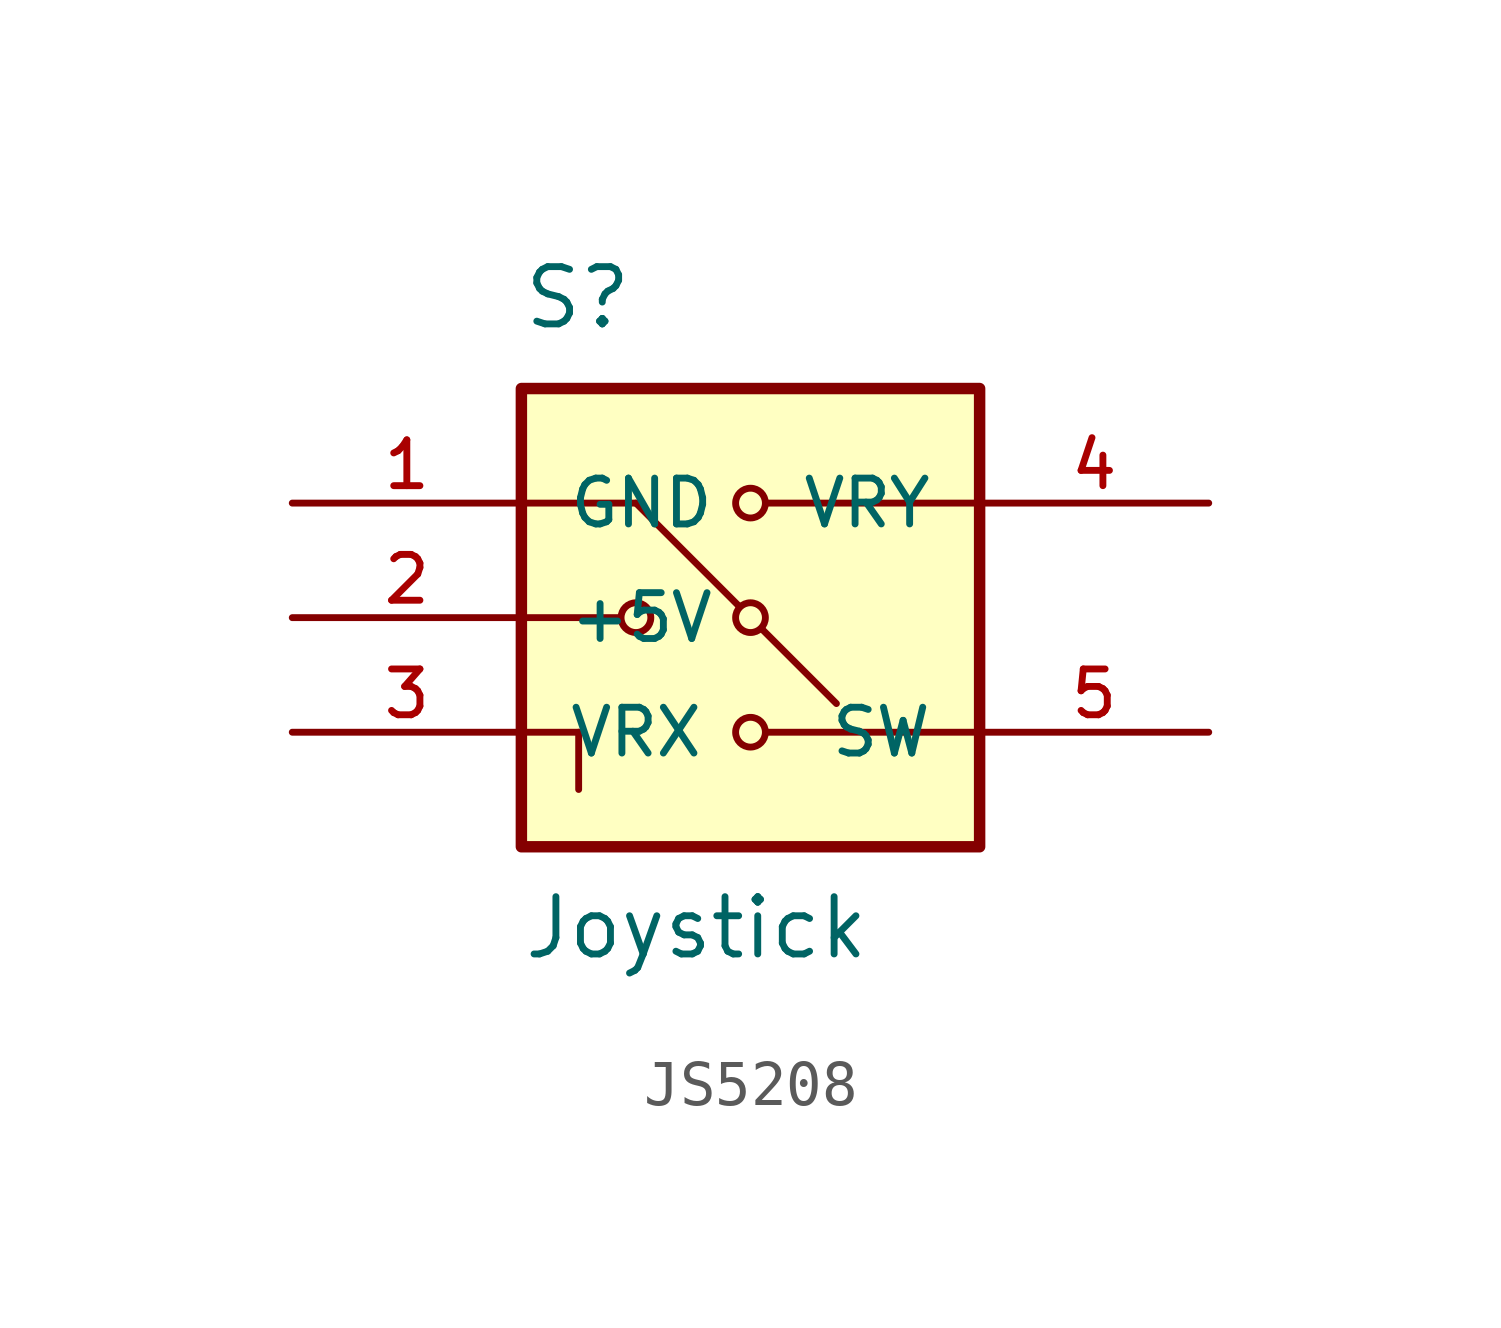
<source format=kicad_sym>
(kicad_symbol_lib
  (version 20231120)
  (generator "kicad_symbol_editor")
  (generator_version "8.0")
  (symbol "JS5208"
    (pin_names
      (offset 1.016))
    (property "Reference" "S"
      (at -5.08 6.35 0)
      (effects (font (size 1.27 1.27)) (justify left bottom)))
    (property "Value" "Joystick"
      (at -5.08 -7.62 0)
      (effects (font (size 1.27 1.27)) (justify left bottom)))
    (symbol "JS5208_0_0"
      (rectangle (start -5.08 5.08) (end 5.08 -5.08) (stroke (width 0.254) (type default)) (fill (type background)))
      (circle (center -2.54 0) (radius 0.33) (stroke (width 0.152) (type default)) (fill (type none)))
      (circle (center 0 -2.54) (radius 0.33) (stroke (width 0.152) (type default)) (fill (type none)))
      (polyline (pts (xy -5.08 -2.54) (xy -3.81 -2.54)) (stroke (width 0.152) (type default)) (fill (type none)))
      (polyline (pts (xy -5.08 0) (xy -2.921 0)) (stroke (width 0.152) (type default)) (fill (type none)))
      (polyline (pts (xy -5.08 2.54) (xy -2.54 2.54)) (stroke (width 0.152) (type default)) (fill (type none)))
      (polyline (pts (xy -3.81 -2.54) (xy -3.81 -3.81)) (stroke (width 0.152) (type default)) (fill (type none)))
      (polyline (pts (xy -2.54 2.54) (xy -0.254 0.254)) (stroke (width 0.152) (type default)) (fill (type none)))
      (polyline (pts (xy 0.254 -0.254) (xy 1.905 -1.905)) (stroke (width 0.152) (type default)) (fill (type none)))
      (polyline (pts (xy 0.381 -2.54) (xy 5.08 -2.54)) (stroke (width 0.152) (type default)) (fill (type none)))
      (polyline (pts (xy 0.381 2.54) (xy 5.08 2.54)) (stroke (width 0.152) (type default)) (fill (type none)))
      (circle (center 0 0) (radius 0.33) (stroke (width 0.152) (type default)) (fill (type none)))
      (circle (center 0 2.54) (radius 0.33) (stroke (width 0.152) (type default)) (fill (type none))))
    (symbol "JS5208_1_0"
      (pin passive line (at -10.16 2.54 0) (length 5.08) (name "GND" (effects (font (size 1.016 1.016)))) (number "1" (effects (font (size 1.016 1.016)))))
      (pin passive line (at -10.16 0 0) (length 5.08) (name "+5V" (effects (font (size 1.016 1.016)))) (number "2" (effects (font (size 1.016 1.016)))))
      (pin passive line (at -10.16 -2.54 0) (length 5.08) (name "VRX" (effects (font (size 1.016 1.016)))) (number "3" (effects (font (size 1.016 1.016)))))
      (pin passive line (at 10.16 2.54 180) (length 5.08) (name "VRY" (effects (font (size 1.016 1.016)))) (number "4" (effects (font (size 1.016 1.016)))))
      (pin passive line (at 10.16 -2.54 180) (length 5.08) (name "SW" (effects (font (size 1.016 1.016)))) (number "5" (effects (font (size 1.016 1.016))))))))
</source>
